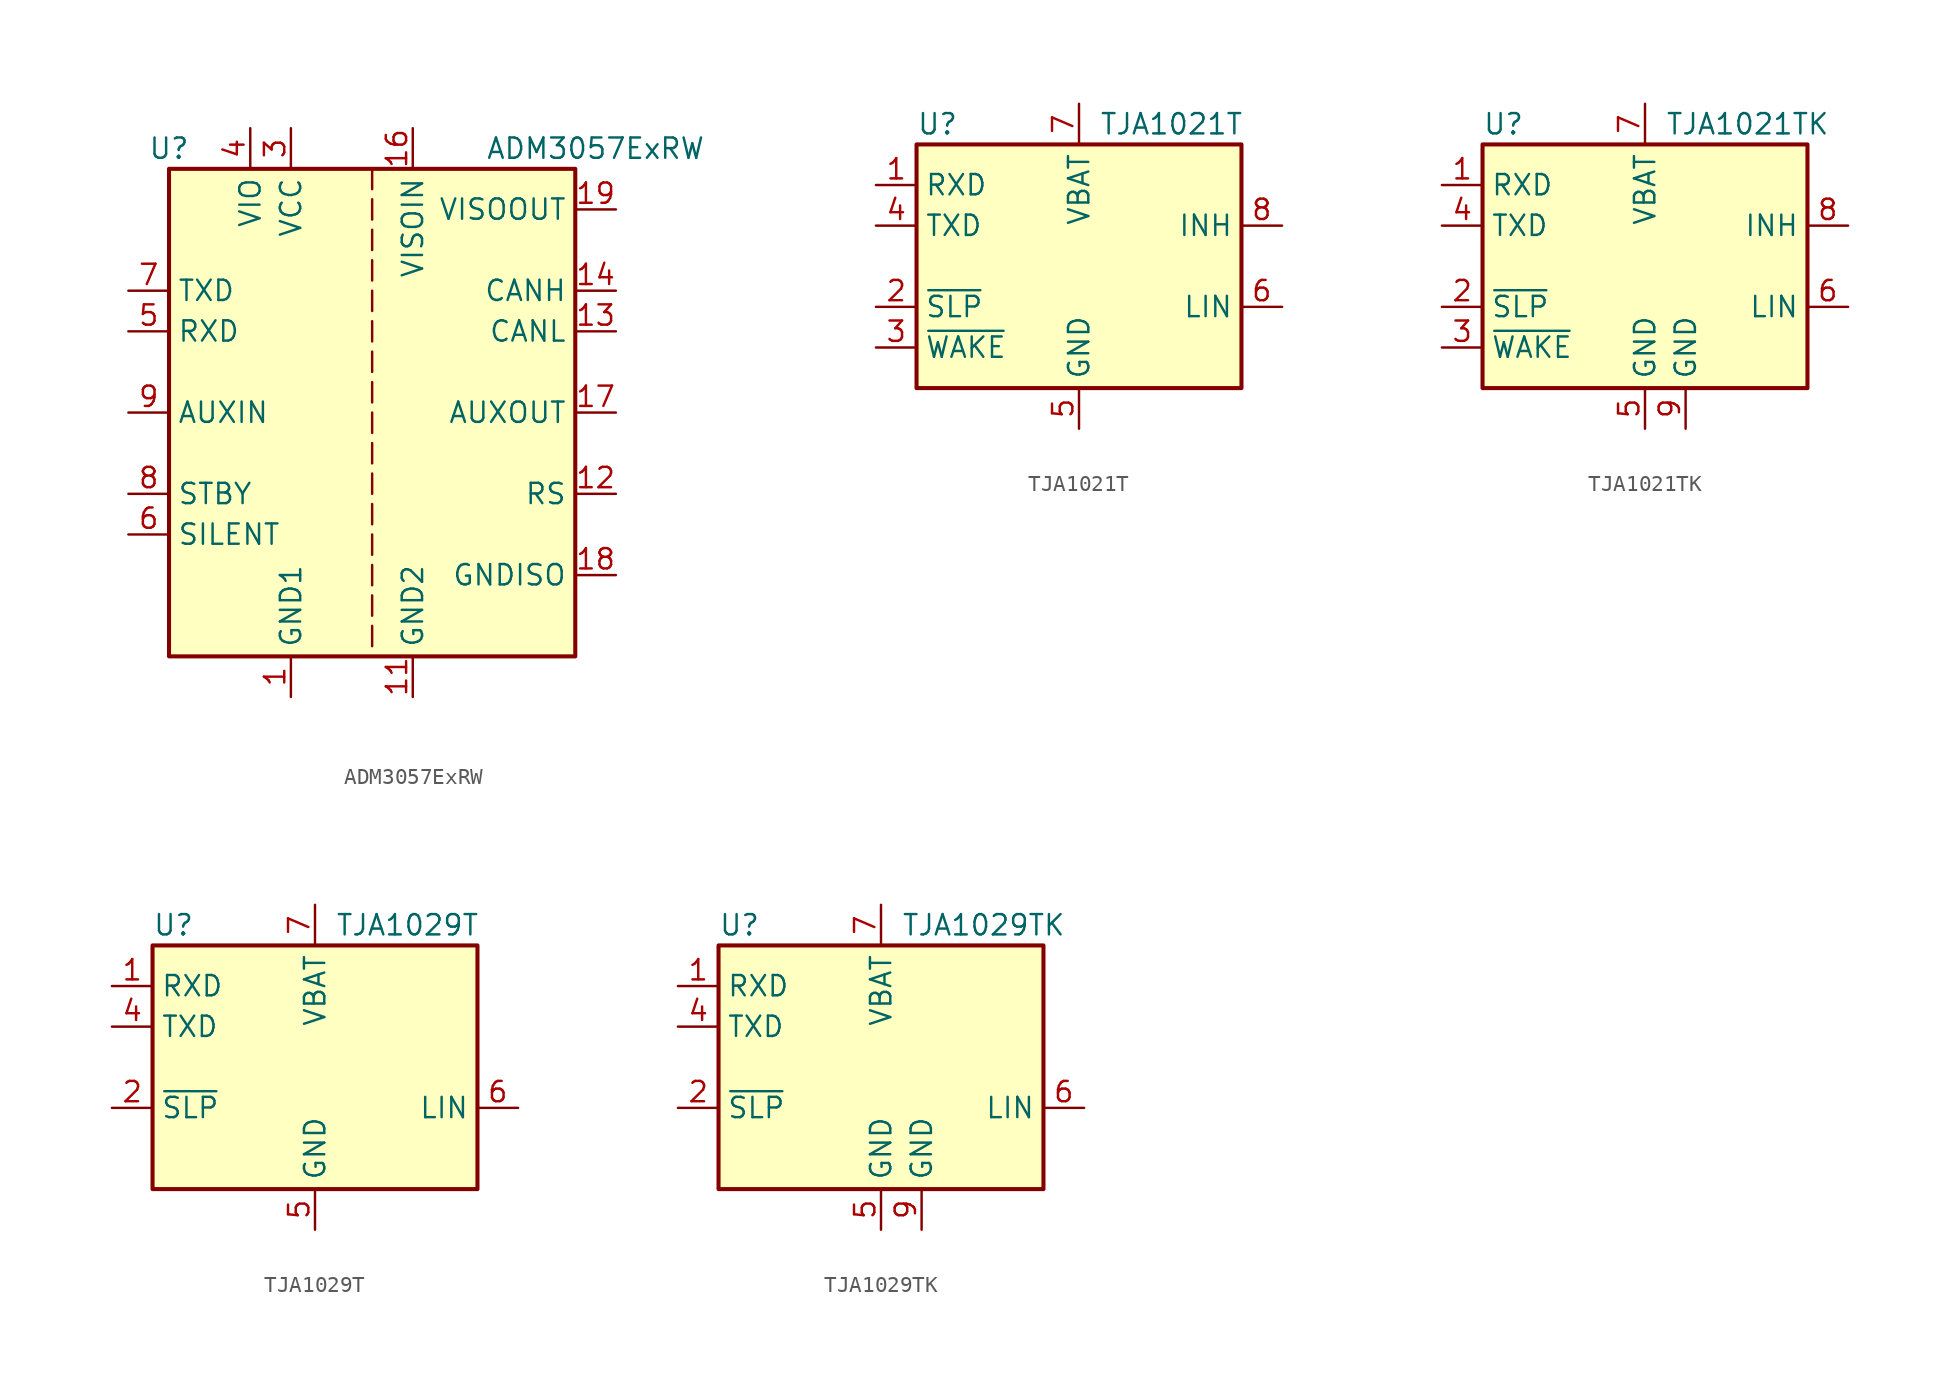
<source format=kicad_sym>
(kicad_symbol_lib
  (version 20201005)
  (generator kicad_symbol_editor)
  (symbol "ADM3057ExRW"
    (property "Reference" "U"
      (at -12.7 16.51 0)
      (effects (font (size 1.27 1.27))))
    (property "Value" "ADM3057ExRW"
      (at 13.97 16.51 0)
      (effects (font (size 1.27 1.27))))
    (symbol "ADM3057ExRW_0_1"
      (rectangle (start -12.7 15.24) (end 12.7 -15.24) (stroke (width 0.254)) (fill (type background)))
      (polyline (pts (xy 0 -13.335) (xy 0 -14.605)) (stroke (width 0)) (fill (type none)))
      (polyline (pts (xy 0 -11.43) (xy 0 -12.7)) (stroke (width 0)) (fill (type none)))
      (polyline (pts (xy 0 -9.525) (xy 0 -10.795)) (stroke (width 0)) (fill (type none)))
      (polyline (pts (xy 0 -7.62) (xy 0 -8.89)) (stroke (width 0)) (fill (type none)))
      (polyline (pts (xy 0 -5.715) (xy 0 -6.985)) (stroke (width 0)) (fill (type none)))
      (polyline (pts (xy 0 -3.81) (xy 0 -5.08)) (stroke (width 0)) (fill (type none)))
      (polyline (pts (xy 0 -1.905) (xy 0 -3.175)) (stroke (width 0)) (fill (type none)))
      (polyline (pts (xy 0 0) (xy 0 -1.27)) (stroke (width 0)) (fill (type none)))
      (polyline (pts (xy 0 1.905) (xy 0 0.635)) (stroke (width 0)) (fill (type none)))
      (polyline (pts (xy 0 3.81) (xy 0 2.54)) (stroke (width 0)) (fill (type none)))
      (polyline (pts (xy 0 5.715) (xy 0 4.445)) (stroke (width 0)) (fill (type none)))
      (polyline (pts (xy 0 7.62) (xy 0 6.35)) (stroke (width 0)) (fill (type none)))
      (polyline (pts (xy 0 9.525) (xy 0 8.255)) (stroke (width 0)) (fill (type none)))
      (polyline (pts (xy 0 11.43) (xy 0 10.16)) (stroke (width 0)) (fill (type none)))
      (polyline (pts (xy 0 13.335) (xy 0 12.065)) (stroke (width 0)) (fill (type none)))
      (polyline (pts (xy 0 15.24) (xy 0 13.97)) (stroke (width 0)) (fill (type none))))
    (symbol "ADM3057ExRW_1_1"
      (pin power_in line (at -5.08 -17.78 90) (length 2.54) (name "GND1" (effects (font (size 1.27 1.27)))) (number "1" (effects (font (size 1.27 1.27)))))
      (pin passive line (at -5.08 -17.78 90) (length 2.54) hide (name "GND1" (effects (font (size 1.27 1.27)))) (number "10" (effects (font (size 1.27 1.27)))))
      (pin passive line (at 2.54 -17.78 90) (length 2.54) (name "GND2" (effects (font (size 1.27 1.27)))) (number "11" (effects (font (size 1.27 1.27)))))
      (pin input line (at 15.24 -5.08 180) (length 2.54) (name "RS" (effects (font (size 1.27 1.27)))) (number "12" (effects (font (size 1.27 1.27)))))
      (pin bidirectional line (at 15.24 5.08 180) (length 2.54) (name "CANL" (effects (font (size 1.27 1.27)))) (number "13" (effects (font (size 1.27 1.27)))))
      (pin bidirectional line (at 15.24 7.62 180) (length 2.54) (name "CANH" (effects (font (size 1.27 1.27)))) (number "14" (effects (font (size 1.27 1.27)))))
      (pin passive line (at 2.54 -17.78 90) (length 2.54) hide (name "GND2" (effects (font (size 1.27 1.27)))) (number "15" (effects (font (size 1.27 1.27)))))
      (pin passive line (at 2.54 17.78 270) (length 2.54) (name "VISOIN" (effects (font (size 1.27 1.27)))) (number "16" (effects (font (size 1.27 1.27)))))
      (pin output line (at 15.24 0 180) (length 2.54) (name "AUXOUT" (effects (font (size 1.27 1.27)))) (number "17" (effects (font (size 1.27 1.27)))))
      (pin passive line (at 15.24 -10.16 180) (length 2.54) (name "GNDISO" (effects (font (size 1.27 1.27)))) (number "18" (effects (font (size 1.27 1.27)))))
      (pin passive line (at 15.24 12.7 180) (length 2.54) (name "VISOOUT" (effects (font (size 1.27 1.27)))) (number "19" (effects (font (size 1.27 1.27)))))
      (pin passive line (at -5.08 -17.78 90) (length 2.54) hide (name "GND1" (effects (font (size 1.27 1.27)))) (number "2" (effects (font (size 1.27 1.27)))))
      (pin passive line (at 15.24 -10.16 180) (length 2.54) hide (name "GNDISO" (effects (font (size 1.27 1.27)))) (number "20" (effects (font (size 1.27 1.27)))))
      (pin power_in line (at -5.08 17.78 270) (length 2.54) (name "VCC" (effects (font (size 1.27 1.27)))) (number "3" (effects (font (size 1.27 1.27)))))
      (pin power_in line (at -7.62 17.78 270) (length 2.54) (name "VIO" (effects (font (size 1.27 1.27)))) (number "4" (effects (font (size 1.27 1.27)))))
      (pin output line (at -15.24 5.08 0) (length 2.54) (name "RXD" (effects (font (size 1.27 1.27)))) (number "5" (effects (font (size 1.27 1.27)))))
      (pin input line (at -15.24 -7.62 0) (length 2.54) (name "SILENT" (effects (font (size 1.27 1.27)))) (number "6" (effects (font (size 1.27 1.27)))))
      (pin input line (at -15.24 7.62 0) (length 2.54) (name "TXD" (effects (font (size 1.27 1.27)))) (number "7" (effects (font (size 1.27 1.27)))))
      (pin input line (at -15.24 -5.08 0) (length 2.54) (name "STBY" (effects (font (size 1.27 1.27)))) (number "8" (effects (font (size 1.27 1.27)))))
      (pin input line (at -15.24 0 0) (length 2.54) (name "AUXIN" (effects (font (size 1.27 1.27)))) (number "9" (effects (font (size 1.27 1.27)))))))
  (symbol "TJA1021T"
    (property "Reference" "U"
      (at -10.16 8.89 0)
      (effects (font (size 1.27 1.27)) (justify left)))
    (property "Value" "TJA1021T"
      (at 1.27 8.89 0)
      (effects (font (size 1.27 1.27)) (justify left)))
    (symbol "TJA1021T_0_1"
      (rectangle (start -10.16 7.62) (end 10.16 -7.62) (stroke (width 0.254)) (fill (type background))))
    (symbol "TJA1021T_1_1"
      (pin open_collector line (at -12.7 5.08 0) (length 2.54) (name "RXD" (effects (font (size 1.27 1.27)))) (number "1" (effects (font (size 1.27 1.27)))))
      (pin input line (at -12.7 -2.54 0) (length 2.54) (name "~SLP~" (effects (font (size 1.27 1.27)))) (number "2" (effects (font (size 1.27 1.27)))))
      (pin input line (at -12.7 -5.08 0) (length 2.54) (name "~WAKE~" (effects (font (size 1.27 1.27)))) (number "3" (effects (font (size 1.27 1.27)))))
      (pin input line (at -12.7 2.54 0) (length 2.54) (name "TXD" (effects (font (size 1.27 1.27)))) (number "4" (effects (font (size 1.27 1.27)))))
      (pin power_in line (at 0 -10.16 90) (length 2.54) (name "GND" (effects (font (size 1.27 1.27)))) (number "5" (effects (font (size 1.27 1.27)))))
      (pin bidirectional line (at 12.7 -2.54 180) (length 2.54) (name "LIN" (effects (font (size 1.27 1.27)))) (number "6" (effects (font (size 1.27 1.27)))))
      (pin power_in line (at 0 10.16 270) (length 2.54) (name "VBAT" (effects (font (size 1.27 1.27)))) (number "7" (effects (font (size 1.27 1.27)))))
      (pin output line (at 12.7 2.54 180) (length 2.54) (name "INH" (effects (font (size 1.27 1.27)))) (number "8" (effects (font (size 1.27 1.27)))))))
  (symbol "TJA1021TK"
    (property "Reference" "U"
      (at -10.16 8.89 0)
      (effects (font (size 1.27 1.27)) (justify left)))
    (property "Value" "TJA1021TK"
      (at 1.27 8.89 0)
      (effects (font (size 1.27 1.27)) (justify left)))
    (symbol "TJA1021TK_0_1"
      (rectangle (start -10.16 7.62) (end 10.16 -7.62) (stroke (width 0.254)) (fill (type background))))
    (symbol "TJA1021TK_1_1"
      (pin open_collector line (at -12.7 5.08 0) (length 2.54) (name "RXD" (effects (font (size 1.27 1.27)))) (number "1" (effects (font (size 1.27 1.27)))))
      (pin input line (at -12.7 -2.54 0) (length 2.54) (name "~SLP~" (effects (font (size 1.27 1.27)))) (number "2" (effects (font (size 1.27 1.27)))))
      (pin input line (at -12.7 -5.08 0) (length 2.54) (name "~WAKE~" (effects (font (size 1.27 1.27)))) (number "3" (effects (font (size 1.27 1.27)))))
      (pin input line (at -12.7 2.54 0) (length 2.54) (name "TXD" (effects (font (size 1.27 1.27)))) (number "4" (effects (font (size 1.27 1.27)))))
      (pin power_in line (at 0 -10.16 90) (length 2.54) (name "GND" (effects (font (size 1.27 1.27)))) (number "5" (effects (font (size 1.27 1.27)))))
      (pin bidirectional line (at 12.7 -2.54 180) (length 2.54) (name "LIN" (effects (font (size 1.27 1.27)))) (number "6" (effects (font (size 1.27 1.27)))))
      (pin power_in line (at 0 10.16 270) (length 2.54) (name "VBAT" (effects (font (size 1.27 1.27)))) (number "7" (effects (font (size 1.27 1.27)))))
      (pin output line (at 12.7 2.54 180) (length 2.54) (name "INH" (effects (font (size 1.27 1.27)))) (number "8" (effects (font (size 1.27 1.27)))))
      (pin power_in line (at 2.54 -10.16 90) (length 2.54) (name "GND" (effects (font (size 1.27 1.27)))) (number "9" (effects (font (size 1.27 1.27)))))))
  (symbol "TJA1029T"
    (property "Reference" "U"
      (at -10.16 8.89 0)
      (effects (font (size 1.27 1.27)) (justify left)))
    (property "Value" "TJA1029T"
      (at 1.27 8.89 0)
      (effects (font (size 1.27 1.27)) (justify left)))
    (symbol "TJA1029T_0_1"
      (rectangle (start -10.16 7.62) (end 10.16 -7.62) (stroke (width 0.254)) (fill (type background))))
    (symbol "TJA1029T_1_1"
      (pin open_collector line (at -12.7 5.08 0) (length 2.54) (name "RXD" (effects (font (size 1.27 1.27)))) (number "1" (effects (font (size 1.27 1.27)))))
      (pin input line (at -12.7 -2.54 0) (length 2.54) (name "~SLP~" (effects (font (size 1.27 1.27)))) (number "2" (effects (font (size 1.27 1.27)))))
      (pin no_connect line (at -10.16 -5.08 0) (length 2.54) hide (name "NC" (effects (font (size 1.27 1.27)))) (number "3" (effects (font (size 1.27 1.27)))))
      (pin input line (at -12.7 2.54 0) (length 2.54) (name "TXD" (effects (font (size 1.27 1.27)))) (number "4" (effects (font (size 1.27 1.27)))))
      (pin power_in line (at 0 -10.16 90) (length 2.54) (name "GND" (effects (font (size 1.27 1.27)))) (number "5" (effects (font (size 1.27 1.27)))))
      (pin bidirectional line (at 12.7 -2.54 180) (length 2.54) (name "LIN" (effects (font (size 1.27 1.27)))) (number "6" (effects (font (size 1.27 1.27)))))
      (pin power_in line (at 0 10.16 270) (length 2.54) (name "VBAT" (effects (font (size 1.27 1.27)))) (number "7" (effects (font (size 1.27 1.27)))))
      (pin no_connect line (at 10.16 2.54 180) (length 2.54) hide (name "NC" (effects (font (size 1.27 1.27)))) (number "8" (effects (font (size 1.27 1.27)))))))
  (symbol "TJA1029TK"
    (property "Reference" "U"
      (at -10.16 8.89 0)
      (effects (font (size 1.27 1.27)) (justify left)))
    (property "Value" "TJA1029TK"
      (at 1.27 8.89 0)
      (effects (font (size 1.27 1.27)) (justify left)))
    (symbol "TJA1029TK_0_1"
      (rectangle (start -10.16 7.62) (end 10.16 -7.62) (stroke (width 0.254)) (fill (type background))))
    (symbol "TJA1029TK_1_1"
      (pin open_collector line (at -12.7 5.08 0) (length 2.54) (name "RXD" (effects (font (size 1.27 1.27)))) (number "1" (effects (font (size 1.27 1.27)))))
      (pin input line (at -12.7 -2.54 0) (length 2.54) (name "~SLP~" (effects (font (size 1.27 1.27)))) (number "2" (effects (font (size 1.27 1.27)))))
      (pin no_connect line (at -10.16 -5.08 0) (length 2.54) hide (name "NC" (effects (font (size 1.27 1.27)))) (number "3" (effects (font (size 1.27 1.27)))))
      (pin input line (at -12.7 2.54 0) (length 2.54) (name "TXD" (effects (font (size 1.27 1.27)))) (number "4" (effects (font (size 1.27 1.27)))))
      (pin power_in line (at 0 -10.16 90) (length 2.54) (name "GND" (effects (font (size 1.27 1.27)))) (number "5" (effects (font (size 1.27 1.27)))))
      (pin bidirectional line (at 12.7 -2.54 180) (length 2.54) (name "LIN" (effects (font (size 1.27 1.27)))) (number "6" (effects (font (size 1.27 1.27)))))
      (pin power_in line (at 0 10.16 270) (length 2.54) (name "VBAT" (effects (font (size 1.27 1.27)))) (number "7" (effects (font (size 1.27 1.27)))))
      (pin no_connect line (at 10.16 2.54 180) (length 2.54) hide (name "NC" (effects (font (size 1.27 1.27)))) (number "8" (effects (font (size 1.27 1.27)))))
      (pin power_in line (at 2.54 -10.16 90) (length 2.54) (name "GND" (effects (font (size 1.27 1.27)))) (number "9" (effects (font (size 1.27 1.27))))))))
</source>
